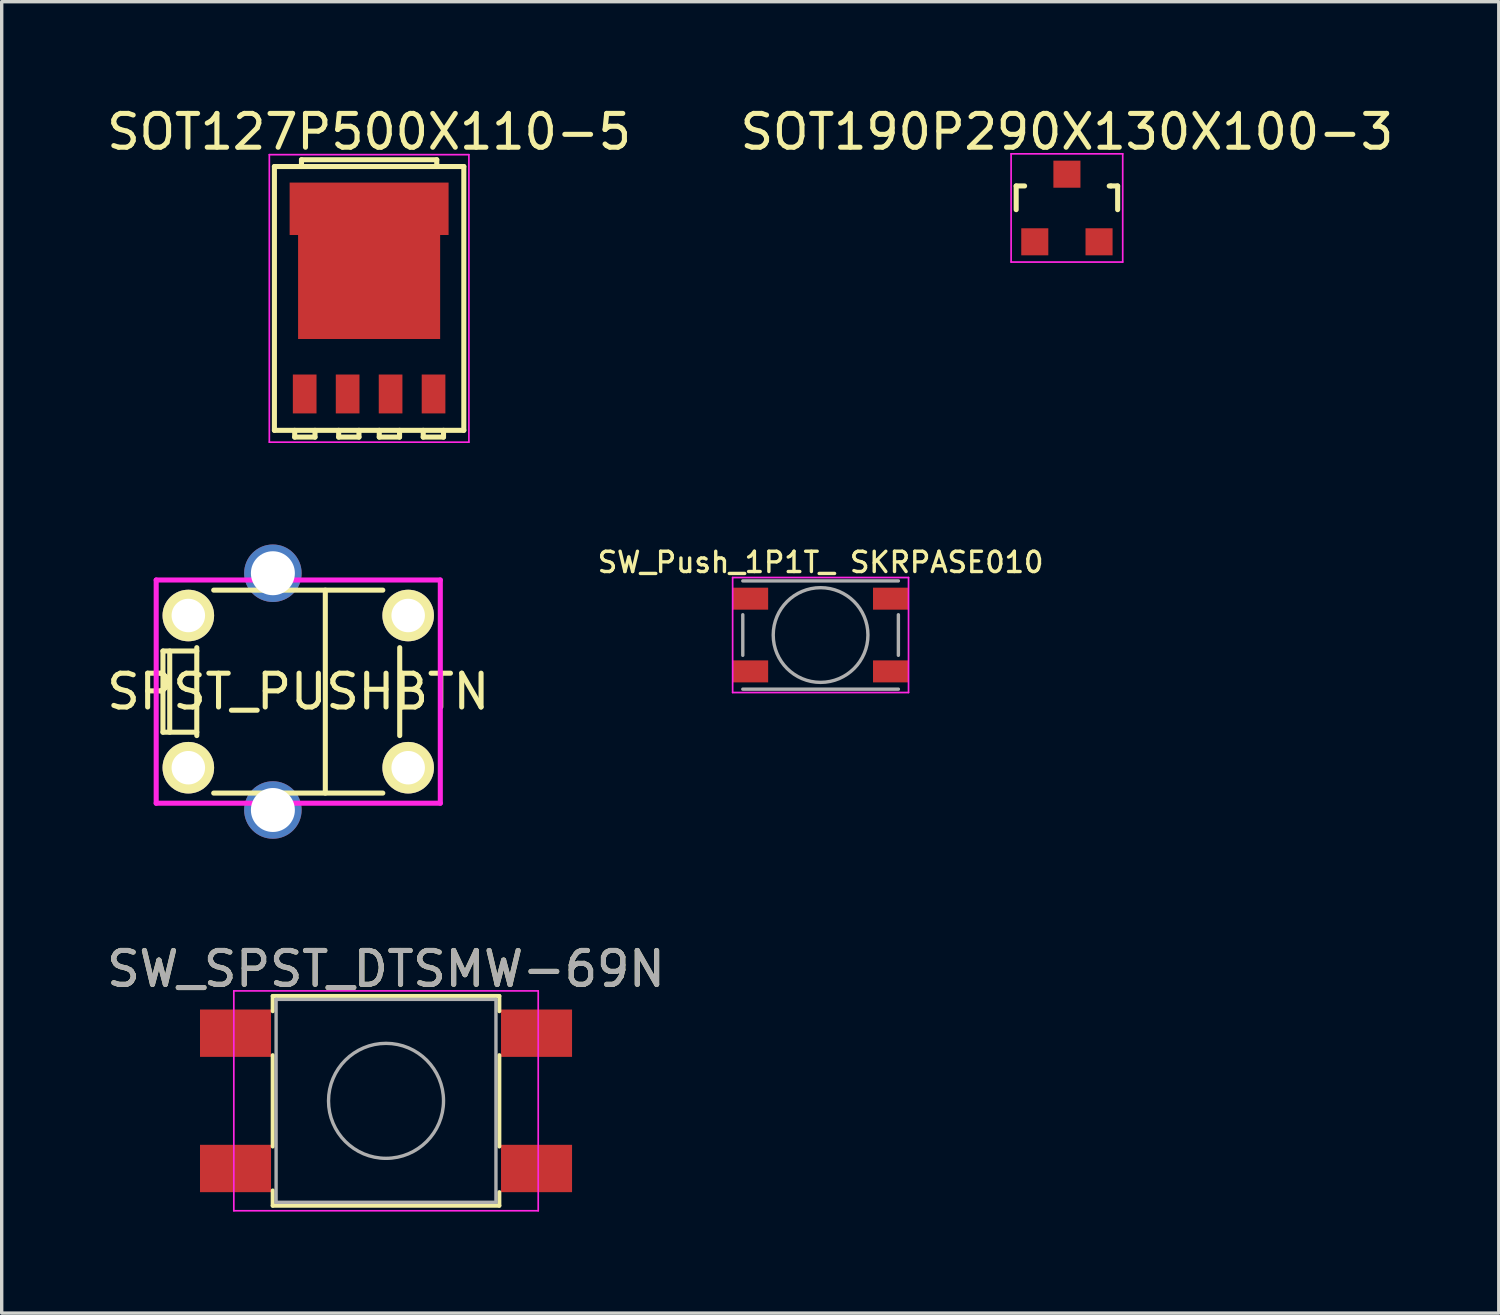
<source format=kicad_pcb>
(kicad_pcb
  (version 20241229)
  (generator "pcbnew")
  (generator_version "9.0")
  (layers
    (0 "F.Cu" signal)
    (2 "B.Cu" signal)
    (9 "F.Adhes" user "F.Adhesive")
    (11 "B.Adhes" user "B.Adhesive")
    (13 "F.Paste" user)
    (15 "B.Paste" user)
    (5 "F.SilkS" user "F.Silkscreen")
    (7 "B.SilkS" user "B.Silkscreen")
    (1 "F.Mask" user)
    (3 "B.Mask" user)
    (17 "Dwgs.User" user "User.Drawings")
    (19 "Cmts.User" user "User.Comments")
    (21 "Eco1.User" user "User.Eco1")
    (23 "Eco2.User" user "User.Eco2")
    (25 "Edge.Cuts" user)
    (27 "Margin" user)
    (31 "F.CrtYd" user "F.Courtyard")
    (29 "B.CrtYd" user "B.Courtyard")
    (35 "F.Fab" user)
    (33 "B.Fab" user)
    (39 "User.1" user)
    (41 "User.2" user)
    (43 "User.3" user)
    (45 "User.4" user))
  (footprint "SPST_PUSHBTN"
    (layer "F.Cu")
    (at 5.768 17.398)
    (property "Reference" "SPST_PUSHBTN" (at 0 0 0) (layer "F.SilkS") (effects (font (size 1 1) (thickness 0.15))))
    (attr through_hole)
    (fp_line (start -4 -1.2) (end -4 1.2) (stroke (width 0.15) (type solid)) (layer "F.SilkS"))
    (fp_line (start -4 1.2) (end -3 1.2) (stroke (width 0.15) (type solid)) (layer "F.SilkS"))
    (fp_line (start -3.8 -1.2) (end -3.8 1.2) (stroke (width 0.15) (type solid)) (layer "F.SilkS"))
    (fp_line (start -3 -1.3) (end -3 1.3) (stroke (width 0.15) (type solid)) (layer "F.SilkS"))
    (fp_line (start -3 -1.2) (end -4 -1.2) (stroke (width 0.15) (type solid)) (layer "F.SilkS"))
    (fp_line (start -2.5 -3) (end 2.5 -3) (stroke (width 0.15) (type solid)) (layer "F.SilkS"))
    (fp_line (start -2.5 3) (end 2.5 3) (stroke (width 0.15) (type solid)) (layer "F.SilkS"))
    (fp_line (start 0.8 -3) (end 0.8 3) (stroke (width 0.15) (type solid)) (layer "F.SilkS"))
    (fp_line (start 3 -1.3) (end 3 1.3) (stroke (width 0.15) (type solid)) (layer "F.SilkS"))
    (fp_line (start -4.2 -3.3) (end -4.2 3.3) (stroke (width 0.15) (type solid)) (layer "F.CrtYd"))
    (fp_line (start -4.2 -3.3) (end 4.2 -3.3) (stroke (width 0.15) (type solid)) (layer "F.CrtYd"))
    (fp_line (start -4.2 3.3) (end 4.2 3.3) (stroke (width 0.15) (type solid)) (layer "F.CrtYd"))
    (fp_line (start 4.2 -3.3) (end 4.2 3.3) (stroke (width 0.15) (type solid)) (layer "F.CrtYd"))
    (pad "1" thru_hole circle (at -3.25 2.25) (size 1.524 1.524) (drill 0.99) (layers "*.Cu" "*.Mask" "F.SilkS"))
    (pad "1" thru_hole circle (at 3.25 2.25) (size 1.524 1.524) (drill 0.99) (layers "*.Cu" "*.Mask" "F.SilkS"))
    (pad "2" thru_hole circle (at -3.25 -2.25) (size 1.524 1.524) (drill 0.99) (layers "*.Cu" "*.Mask" "F.SilkS"))
    (pad "2" thru_hole circle (at 3.25 -2.25) (size 1.524 1.524) (drill 0.99) (layers "*.Cu" "*.Mask" "F.SilkS"))
    (pad "SHLD" thru_hole circle (at -0.75 -3.5) (size 1.7 1.7) (drill 1.3) (layers "*.Cu" "*.Mask"))
    (pad "SHLD" thru_hole circle (at -0.75 3.5) (size 1.7 1.7) (drill 1.3) (layers "*.Cu" "*.Mask")))
  (footprint "SOT190P290X130X100-3"
    (layer "F.Cu")
    (at 28.494 3.098)
    (property "Reference" "SOT190P290X130X100-3" (at 0 -2.25 0) (layer "F.SilkS") (effects (font (size 1 1) (thickness 0.15))))
    (attr smd)
    (fp_line (start -1.5 -0.65) (end -1.251 -0.65) (stroke (width 0.15) (type solid)) (layer "F.SilkS"))
    (fp_line (start -1.5 0.051) (end -1.5 -0.65) (stroke (width 0.15) (type solid)) (layer "F.SilkS"))
    (fp_line (start 1.299 -0.65) (end 1.251 -0.65) (stroke (width 0.15) (type solid)) (layer "F.SilkS"))
    (fp_line (start 1.299 -0.65) (end 1.5 -0.65) (stroke (width 0.15) (type solid)) (layer "F.SilkS"))
    (fp_line (start 1.5 -0.65) (end 1.5 0.051) (stroke (width 0.15) (type solid)) (layer "F.SilkS"))
    (fp_line (start -1.65 -1.6) (end 1.65 -1.6) (stroke (width 0.05) (type solid)) (layer "F.CrtYd"))
    (fp_line (start -1.65 1.6) (end -1.65 -1.6) (stroke (width 0.05) (type solid)) (layer "F.CrtYd"))
    (fp_line (start 1.65 -1.6) (end 1.65 1.6) (stroke (width 0.05) (type solid)) (layer "F.CrtYd"))
    (fp_line (start 1.65 1.6) (end -1.65 1.6) (stroke (width 0.05) (type solid)) (layer "F.CrtYd"))
    (pad "1" smd rect (at -0.95 1.001) (size 0.8 0.8) (layers "F.Cu" "F.Mask" "F.Paste"))
    (pad "2" smd rect (at 0.95 1.001) (size 0.8 0.8) (layers "F.Cu" "F.Mask" "F.Paste"))
    (pad "3" smd rect (at 0 -0.998) (size 0.8 0.8) (layers "F.Cu" "F.Mask" "F.Paste")))
  (footprint "SW_SPST_DTSMW-69N"
    (layer "F.Cu")
    (at 8.363 29.497)
    (property "Reference" "SW_SPST_DTSMW-69N" (at 0 -3.9 0) (layer "F.SilkS") (effects (font (size 1 1) (thickness 0.15))))
    (attr smd)
    (fp_line (start -3.35 -3.1) (end 3.35 -3.1) (stroke (width 0.12) (type solid)) (layer "F.SilkS"))
    (fp_line (start -3.35 -2.65) (end -3.35 -3.1) (stroke (width 0.12) (type solid)) (layer "F.SilkS"))
    (fp_line (start -3.35 1.35) (end -3.35 -1.35) (stroke (width 0.12) (type solid)) (layer "F.SilkS"))
    (fp_line (start -3.35 2.65) (end -3.35 3.1) (stroke (width 0.12) (type solid)) (layer "F.SilkS"))
    (fp_line (start -3.35 3.1) (end 3.35 3.1) (stroke (width 0.12) (type solid)) (layer "F.SilkS"))
    (fp_line (start 3.35 -3.1) (end 3.35 -2.65) (stroke (width 0.12) (type solid)) (layer "F.SilkS"))
    (fp_line (start 3.35 -1.35) (end 3.35 1.35) (stroke (width 0.12) (type solid)) (layer "F.SilkS"))
    (fp_line (start 3.35 3.1) (end 3.35 2.7) (stroke (width 0.12) (type solid)) (layer "F.SilkS"))
    (fp_line (start -4.5 -3.25) (end 4.5 -3.25) (stroke (width 0.05) (type solid)) (layer "F.CrtYd"))
    (fp_line (start -4.5 3.25) (end -4.5 -3.25) (stroke (width 0.05) (type solid)) (layer "F.CrtYd"))
    (fp_line (start 4.5 -3.25) (end 4.5 3.25) (stroke (width 0.05) (type solid)) (layer "F.CrtYd"))
    (fp_line (start 4.5 3.25) (end -4.5 3.25) (stroke (width 0.05) (type solid)) (layer "F.CrtYd"))
    (fp_line (start -3.25 -3) (end 3.25 -3) (stroke (width 0.1) (type solid)) (layer "F.Fab"))
    (fp_line (start -3.25 3) (end -3.25 -3) (stroke (width 0.1) (type solid)) (layer "F.Fab"))
    (fp_line (start 3.25 -3) (end 3.25 3) (stroke (width 0.1) (type solid)) (layer "F.Fab"))
    (fp_line (start 3.25 3) (end -3.25 3) (stroke (width 0.1) (type solid)) (layer "F.Fab"))
    (fp_circle (center 0 0) (end 1.7 0) (stroke (width 0.1) (type solid)) (fill no) (layer "F.Fab"))
    (fp_text user "${REFERENCE}" (at 0 -3.9 0) (layer "F.Fab") (effects (font (size 1 1) (thickness 0.15))))
    (pad "1" smd rect (at -4.45 -2) (size 2.1 1.4) (layers "F.Cu" "F.Mask" "F.Paste"))
    (pad "1" smd rect (at 4.45 -2) (size 2.1 1.4) (layers "F.Cu" "F.Mask" "F.Paste"))
    (pad "2" smd rect (at -4.45 2) (size 2.1 1.4) (layers "F.Cu" "F.Mask" "F.Paste"))
    (pad "2" smd rect (at 4.45 2) (size 2.1 1.4) (layers "F.Cu" "F.Mask" "F.Paste")))
  (footprint "SW_Push_1P1T_ SKRPASE010"
    (layer "F.Cu")
    (at 21.211 15.725)
    (property "Reference" "SW_Push_1P1T_ SKRPASE010" (at 0 -2.15 0) (layer "F.SilkS") (effects (font (size 0.6 0.6) (thickness 0.1) (bold yes))))
    (attr smd)
    (fp_line (start -2.6 -1.7) (end -2.6 1.7) (stroke (width 0.05) (type solid)) (layer "F.CrtYd"))
    (fp_line (start -2.6 -1.7) (end 2.6 -1.7) (stroke (width 0.05) (type solid)) (layer "F.CrtYd"))
    (fp_line (start -2.6 1.7) (end 2.6 1.7) (stroke (width 0.05) (type solid)) (layer "F.CrtYd"))
    (fp_line (start 2.6 1.7) (end 2.6 -1.7) (stroke (width 0.05) (type solid)) (layer "F.CrtYd"))
    (fp_line (start -2.3 -0.6) (end -2.3 0.6) (stroke (width 0.1) (type solid)) (layer "F.Fab"))
    (fp_line (start -2.3 1.6) (end 2.3 1.6) (stroke (width 0.1) (type solid)) (layer "F.Fab"))
    (fp_line (start 2.3 -1.6) (end -2.3 -1.6) (stroke (width 0.1) (type solid)) (layer "F.Fab"))
    (fp_line (start 2.3 0.6) (end 2.3 -0.6) (stroke (width 0.1) (type solid)) (layer "F.Fab"))
    (fp_circle (center 0 0) (end 1.4 0) (stroke (width 0.1) (type solid)) (fill no) (layer "F.Fab"))
    (pad "1" smd rect (at -2.075 -1.075) (size 1.05 0.65) (layers "F.Cu" "F.Mask" "F.Paste"))
    (pad "1" smd rect (at 2.075 -1.075) (size 1.05 0.65) (layers "F.Cu" "F.Mask" "F.Paste"))
    (pad "2" smd rect (at -2.075 1.075) (size 1.05 0.65) (layers "F.Cu" "F.Mask" "F.Paste"))
    (pad "2" smd rect (at 2.075 1.075) (size 1.05 0.65) (layers "F.Cu" "F.Mask" "F.Paste")))
  (footprint "SOT127P500X110-5"
    (layer "F.Cu")
    (at 7.863 5.773)
    (property "Reference" "SOT127P500X110-5" (at 0 -4.925 0) (layer "F.SilkS") (effects (font (size 1 1) (thickness 0.15))))
    (attr smd)
    (fp_line (start -2.8 -3.9) (end 2.8 -3.9) (stroke (width 0.15) (type solid)) (layer "F.SilkS"))
    (fp_line (start -2.8 3.9) (end -2.8 -3.9) (stroke (width 0.15) (type solid)) (layer "F.SilkS"))
    (fp_line (start -2.2 3.9) (end -2.2 4.1) (stroke (width 0.15) (type solid)) (layer "F.SilkS"))
    (fp_line (start -2.2 4.1) (end -1.6 4.1) (stroke (width 0.15) (type solid)) (layer "F.SilkS"))
    (fp_line (start -2 -4.1) (end 2 -4.1) (stroke (width 0.15) (type solid)) (layer "F.SilkS"))
    (fp_line (start -2 -3.9) (end -2 -4.1) (stroke (width 0.15) (type solid)) (layer "F.SilkS"))
    (fp_line (start -1.6 4.1) (end -1.6 3.9) (stroke (width 0.15) (type solid)) (layer "F.SilkS"))
    (fp_line (start -0.9 3.9) (end -0.9 4.1) (stroke (width 0.15) (type solid)) (layer "F.SilkS"))
    (fp_line (start -0.9 4.1) (end -0.3 4.1) (stroke (width 0.15) (type solid)) (layer "F.SilkS"))
    (fp_line (start -0.3 4.1) (end -0.3 3.9) (stroke (width 0.15) (type solid)) (layer "F.SilkS"))
    (fp_line (start 0.3 3.9) (end 0.3 4.1) (stroke (width 0.15) (type solid)) (layer "F.SilkS"))
    (fp_line (start 0.3 4.1) (end 0.9 4.1) (stroke (width 0.15) (type solid)) (layer "F.SilkS"))
    (fp_line (start 0.9 4.1) (end 0.9 3.9) (stroke (width 0.15) (type solid)) (layer "F.SilkS"))
    (fp_line (start 1.6 3.9) (end 1.6 4.1) (stroke (width 0.15) (type solid)) (layer "F.SilkS"))
    (fp_line (start 1.6 4.1) (end 2.2 4.1) (stroke (width 0.15) (type solid)) (layer "F.SilkS"))
    (fp_line (start 2 -4.1) (end 2 -3.9) (stroke (width 0.15) (type solid)) (layer "F.SilkS"))
    (fp_line (start 2.2 4.1) (end 2.2 3.9) (stroke (width 0.15) (type solid)) (layer "F.SilkS"))
    (fp_line (start 2.8 -3.9) (end 2.8 3.9) (stroke (width 0.15) (type solid)) (layer "F.SilkS"))
    (fp_line (start 2.8 3.9) (end -2.8 3.9) (stroke (width 0.15) (type solid)) (layer "F.SilkS"))
    (fp_line (start -2.95 -4.25) (end 2.95 -4.25) (stroke (width 0.05) (type solid)) (layer "F.CrtYd"))
    (fp_line (start -2.95 4.25) (end -2.95 -4.25) (stroke (width 0.05) (type solid)) (layer "F.CrtYd"))
    (fp_line (start -2.95 4.25) (end 2.95 4.25) (stroke (width 0.05) (type solid)) (layer "F.CrtYd"))
    (fp_line (start 2.95 -4.25) (end 2.95 4.25) (stroke (width 0.05) (type solid)) (layer "F.CrtYd"))
    (pad "" smd rect (at -1.875 -2.9) (size 0.6 0.9) (layers "F.Paste"))
    (pad "" smd rect (at -1.15 -1.05 90) (size 0.6 0.9) (layers "F.Paste"))
    (pad "" smd rect (at -1.15 -0.2 90) (size 0.6 0.9) (layers "F.Paste"))
    (pad "" smd rect (at -1.15 0.65 90) (size 0.6 0.9) (layers "F.Paste"))
    (pad "" smd rect (at -0.6 -2.9) (size 0.6 0.9) (layers "F.Paste"))
    (pad "" smd rect (at 0 -1.05 90) (size 0.6 0.9) (layers "F.Paste"))
    (pad "" smd rect (at 0 -0.2 90) (size 0.6 0.9) (layers "F.Paste"))
    (pad "" smd rect (at 0 0.65 90) (size 0.6 0.9) (layers "F.Paste"))
    (pad "" smd rect (at 0.6 -2.9) (size 0.6 0.9) (layers "F.Paste"))
    (pad "" smd rect (at 1.15 -1.05 90) (size 0.6 0.9) (layers "F.Paste"))
    (pad "" smd rect (at 1.15 -0.2 90) (size 0.6 0.9) (layers "F.Paste"))
    (pad "" smd rect (at 1.15 0.65 90) (size 0.6 0.9) (layers "F.Paste"))
    (pad "" smd rect (at 1.875 -2.9) (size 0.6 0.9) (layers "F.Paste"))
    (pad "1" smd rect (at -1.905 2.825) (size 0.7 1.15) (layers "F.Cu" "F.Mask" "F.Paste"))
    (pad "2" smd rect (at -0.635 2.825) (size 0.7 1.15) (layers "F.Cu" "F.Mask" "F.Paste"))
    (pad "3" smd rect (at 0.635 2.825) (size 0.7 1.15) (layers "F.Cu" "F.Mask" "F.Paste"))
    (pad "4" smd rect (at 1.905 2.825) (size 0.7 1.15) (layers "F.Cu" "F.Mask" "F.Paste"))
    (pad "5" smd rect (at 0 -2.65) (size 4.7 1.55) (layers "F.Cu" "F.Mask"))
    (pad "5" smd rect (at 0 -0.45) (size 4.2 3.3) (layers "F.Cu" "F.Mask")))
  (gr_rect
    (start -3 -3)
    (end 41.262 35.772)
    (stroke (width 0.1) (type default))
    (fill no)
    (layer "Edge.Cuts")))
</source>
